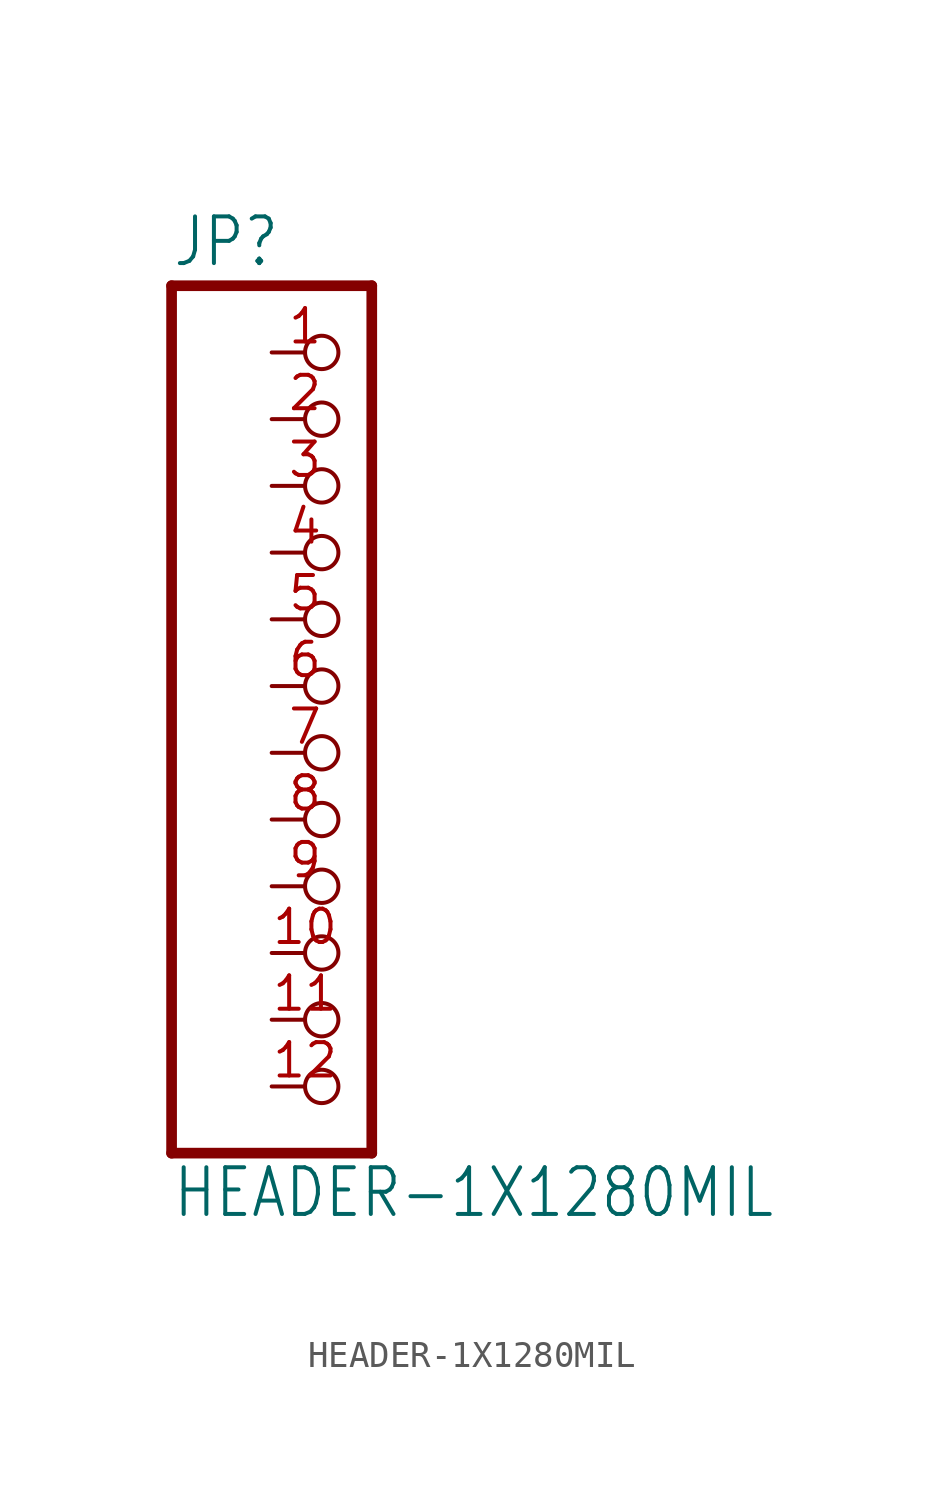
<source format=kicad_sym>
(kicad_symbol_lib
  (version 20211014)
  (generator kicad_symbol_editor)
  (symbol "HEADER-1X1280MIL"
    (property "Reference" "JP"
      (at -6.35 18.415 0)
      (effects (font (size 1.778 1.511)) (justify left bottom)))
    (property "Value" "HEADER-1X1280MIL"
      (at -6.35 -17.78 0)
      (effects (font (size 1.778 1.511)) (justify left bottom)))
    (property "ki_locked" ""
      (at 0 0 0)
      (effects (font (size 1.27 1.27))))
    (symbol "HEADER-1X1280MIL_1_0"
      (polyline (pts (xy -6.35 -15.24) (xy 1.27 -15.24)) (stroke (width 0.406) (type default) (color 0 0 0 0)) (fill (type none)))
      (polyline (pts (xy -6.35 17.78) (xy -6.35 -15.24)) (stroke (width 0.406) (type default) (color 0 0 0 0)) (fill (type none)))
      (polyline (pts (xy 1.27 -15.24) (xy 1.27 17.78)) (stroke (width 0.406) (type default) (color 0 0 0 0)) (fill (type none)))
      (polyline (pts (xy 1.27 17.78) (xy -6.35 17.78)) (stroke (width 0.406) (type default) (color 0 0 0 0)) (fill (type none)))
      (pin passive inverted (at -2.54 15.24 0) (length 2.54) (name "1" (effects (font (size 0 0)))) (number "1" (effects (font (size 1.27 1.27)))))
      (pin passive inverted (at -2.54 -7.62 0) (length 2.54) (name "10" (effects (font (size 0 0)))) (number "10" (effects (font (size 1.27 1.27)))))
      (pin passive inverted (at -2.54 -10.16 0) (length 2.54) (name "11" (effects (font (size 0 0)))) (number "11" (effects (font (size 1.27 1.27)))))
      (pin passive inverted (at -2.54 -12.7 0) (length 2.54) (name "12" (effects (font (size 0 0)))) (number "12" (effects (font (size 1.27 1.27)))))
      (pin passive inverted (at -2.54 12.7 0) (length 2.54) (name "2" (effects (font (size 0 0)))) (number "2" (effects (font (size 1.27 1.27)))))
      (pin passive inverted (at -2.54 10.16 0) (length 2.54) (name "3" (effects (font (size 0 0)))) (number "3" (effects (font (size 1.27 1.27)))))
      (pin passive inverted (at -2.54 7.62 0) (length 2.54) (name "4" (effects (font (size 0 0)))) (number "4" (effects (font (size 1.27 1.27)))))
      (pin passive inverted (at -2.54 5.08 0) (length 2.54) (name "5" (effects (font (size 0 0)))) (number "5" (effects (font (size 1.27 1.27)))))
      (pin passive inverted (at -2.54 2.54 0) (length 2.54) (name "6" (effects (font (size 0 0)))) (number "6" (effects (font (size 1.27 1.27)))))
      (pin passive inverted (at -2.54 0 0) (length 2.54) (name "7" (effects (font (size 0 0)))) (number "7" (effects (font (size 1.27 1.27)))))
      (pin passive inverted (at -2.54 -2.54 0) (length 2.54) (name "8" (effects (font (size 0 0)))) (number "8" (effects (font (size 1.27 1.27)))))
      (pin passive inverted (at -2.54 -5.08 0) (length 2.54) (name "9" (effects (font (size 0 0)))) (number "9" (effects (font (size 1.27 1.27))))))))
</source>
